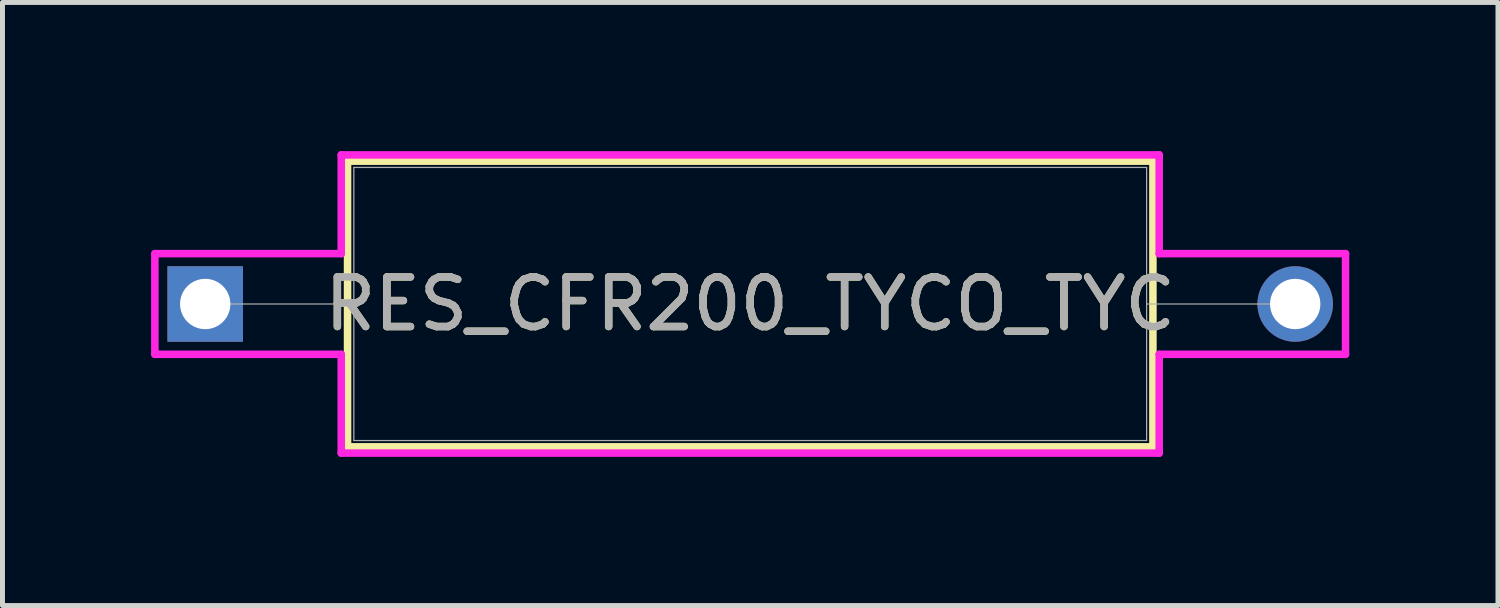
<source format=kicad_pcb>
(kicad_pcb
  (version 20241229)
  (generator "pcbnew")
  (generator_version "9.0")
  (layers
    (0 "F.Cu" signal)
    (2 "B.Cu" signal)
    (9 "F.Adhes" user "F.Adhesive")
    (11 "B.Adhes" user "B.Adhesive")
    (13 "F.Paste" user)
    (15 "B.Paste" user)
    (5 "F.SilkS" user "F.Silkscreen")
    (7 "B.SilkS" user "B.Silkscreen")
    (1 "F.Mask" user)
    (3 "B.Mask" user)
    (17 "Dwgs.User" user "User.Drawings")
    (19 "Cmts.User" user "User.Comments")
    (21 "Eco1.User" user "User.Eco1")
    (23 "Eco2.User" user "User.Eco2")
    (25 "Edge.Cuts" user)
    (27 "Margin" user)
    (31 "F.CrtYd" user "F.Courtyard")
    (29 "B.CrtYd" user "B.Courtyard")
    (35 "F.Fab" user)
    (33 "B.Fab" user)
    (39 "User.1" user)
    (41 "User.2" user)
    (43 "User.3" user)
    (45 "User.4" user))
  (footprint "RES_CFR200_TYCO_TYC"
    (layer "F.Cu")
    (at 1.092 3.086)
    (property "Reference" "RES_CFR200_TYCO_TYC" (at 11.001 0 0) (unlocked yes) (layer "F.SilkS") (effects (font (size 1 1) (thickness 0.15))))
    (attr through_hole)
    (fp_line (start 2.873 -2.883) (end 2.873 2.883) (stroke (width 0.152) (type solid)) (layer "F.SilkS"))
    (fp_line (start 2.873 2.883) (end 19.129 2.883) (stroke (width 0.152) (type solid)) (layer "F.SilkS"))
    (fp_line (start 19.129 -2.883) (end 2.873 -2.883) (stroke (width 0.152) (type solid)) (layer "F.SilkS"))
    (fp_line (start 19.129 2.883) (end 19.129 -2.883) (stroke (width 0.152) (type solid)) (layer "F.SilkS"))
    (fp_line (start -1.016 -1.016) (end 2.746 -1.016) (stroke (width 0.152) (type solid)) (layer "F.CrtYd"))
    (fp_line (start -1.016 1.016) (end -1.016 -1.016) (stroke (width 0.152) (type solid)) (layer "F.CrtYd"))
    (fp_line (start 2.746 -3.01) (end 19.256 -3.01) (stroke (width 0.152) (type solid)) (layer "F.CrtYd"))
    (fp_line (start 2.746 -1.016) (end 2.746 -3.01) (stroke (width 0.152) (type solid)) (layer "F.CrtYd"))
    (fp_line (start 2.746 1.016) (end -1.016 1.016) (stroke (width 0.152) (type solid)) (layer "F.CrtYd"))
    (fp_line (start 2.746 3.01) (end 2.746 1.016) (stroke (width 0.152) (type solid)) (layer "F.CrtYd"))
    (fp_line (start 19.256 -3.01) (end 19.256 -1.016) (stroke (width 0.152) (type solid)) (layer "F.CrtYd"))
    (fp_line (start 19.256 -1.016) (end 23.017 -1.016) (stroke (width 0.152) (type solid)) (layer "F.CrtYd"))
    (fp_line (start 19.256 1.016) (end 19.256 3.01) (stroke (width 0.152) (type solid)) (layer "F.CrtYd"))
    (fp_line (start 19.256 3.01) (end 2.746 3.01) (stroke (width 0.152) (type solid)) (layer "F.CrtYd"))
    (fp_line (start 23.017 -1.016) (end 23.017 1.016) (stroke (width 0.152) (type solid)) (layer "F.CrtYd"))
    (fp_line (start 23.017 1.016) (end 19.256 1.016) (stroke (width 0.152) (type solid)) (layer "F.CrtYd"))
    (fp_line (start 0 0) (end 3 0) (stroke (width 0.025) (type solid)) (layer "F.Fab"))
    (fp_line (start 3 -2.756) (end 3 2.756) (stroke (width 0.025) (type solid)) (layer "F.Fab"))
    (fp_line (start 3 2.756) (end 19.002 2.756) (stroke (width 0.025) (type solid)) (layer "F.Fab"))
    (fp_line (start 19.002 -2.756) (end 3 -2.756) (stroke (width 0.025) (type solid)) (layer "F.Fab"))
    (fp_line (start 19.002 2.756) (end 19.002 -2.756) (stroke (width 0.025) (type solid)) (layer "F.Fab"))
    (fp_line (start 22.001 0) (end 19.002 0) (stroke (width 0.025) (type solid)) (layer "F.Fab"))
    (fp_text user "${REFERENCE}" (at 11.001 0 0) (unlocked yes) (layer "F.Fab") (effects (font (size 1 1) (thickness 0.15))))
    (pad "1" thru_hole rect (at 0 0) (size 1.524 1.524) (drill 1.016) (layers "*.Cu" "*.Mask"))
    (pad "2" thru_hole circle (at 22.001 0) (size 1.524 1.524) (drill 1.016) (layers "*.Cu" "*.Mask")))
  (gr_rect
    (start -3 -3)
    (end 27.186 9.172)
    (stroke (width 0.1) (type default))
    (fill no)
    (layer "Edge.Cuts")))
</source>
